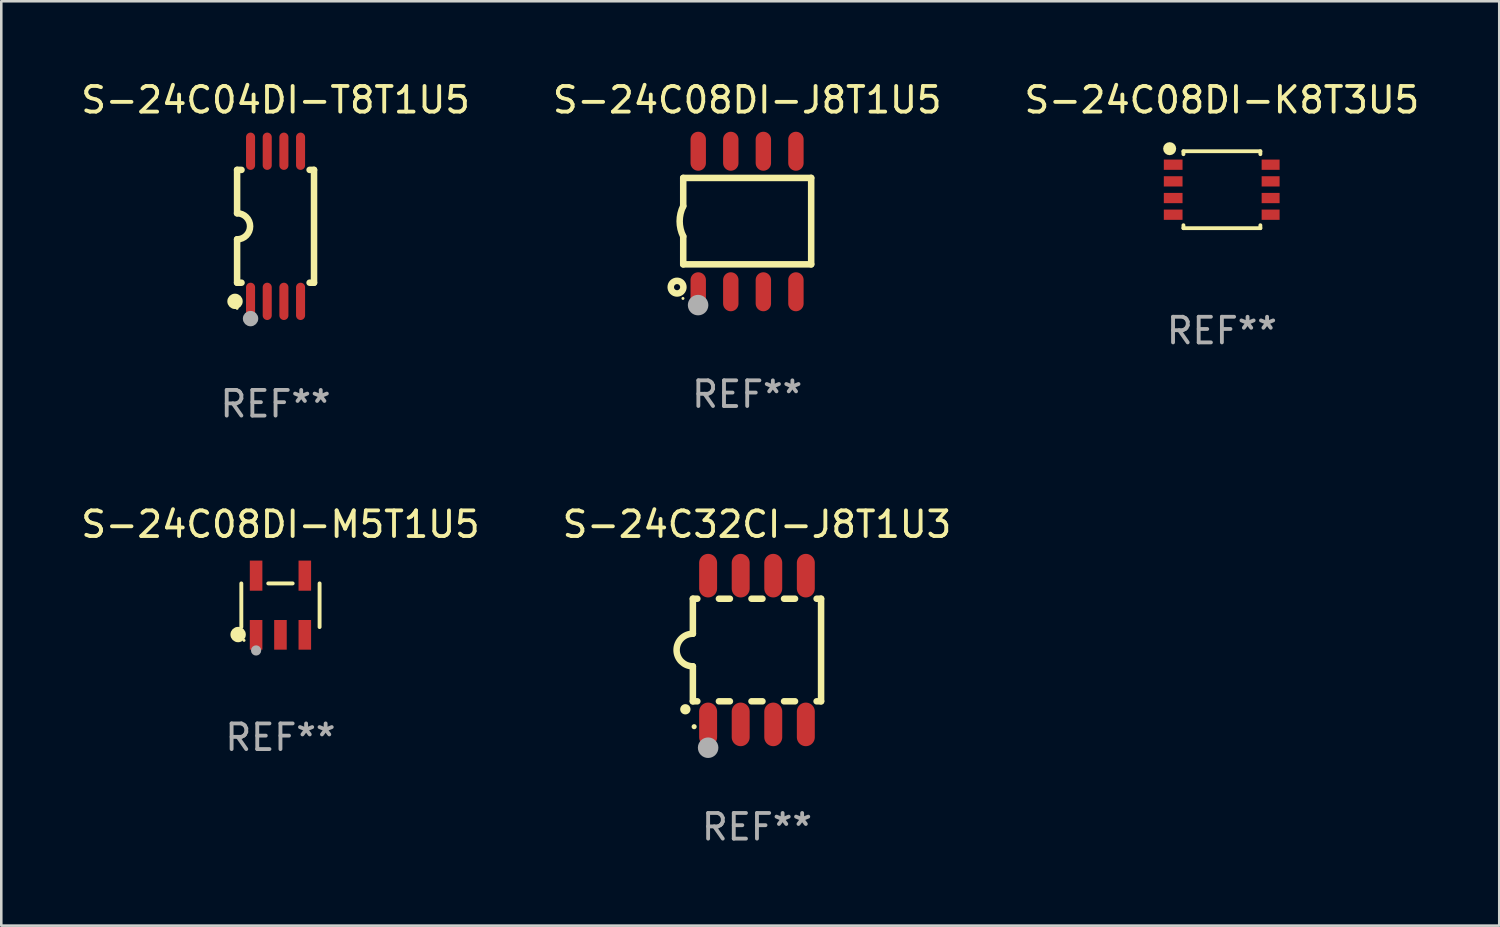
<source format=kicad_pcb>
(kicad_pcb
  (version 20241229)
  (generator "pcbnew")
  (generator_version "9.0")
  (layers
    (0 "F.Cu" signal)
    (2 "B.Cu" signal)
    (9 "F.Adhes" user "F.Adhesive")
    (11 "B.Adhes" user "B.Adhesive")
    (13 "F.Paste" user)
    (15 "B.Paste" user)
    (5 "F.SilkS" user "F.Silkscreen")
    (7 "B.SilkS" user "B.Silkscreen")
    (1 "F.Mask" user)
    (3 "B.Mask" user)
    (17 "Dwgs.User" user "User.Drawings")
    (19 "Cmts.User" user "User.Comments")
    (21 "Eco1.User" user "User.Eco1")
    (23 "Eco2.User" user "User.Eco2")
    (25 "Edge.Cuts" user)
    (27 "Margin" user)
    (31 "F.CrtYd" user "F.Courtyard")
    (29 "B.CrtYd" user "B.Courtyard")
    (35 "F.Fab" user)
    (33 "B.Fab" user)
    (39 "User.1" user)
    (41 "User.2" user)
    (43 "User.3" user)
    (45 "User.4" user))
  (footprint "S-24C04DI-T8T1U5"
    (layer "F.Cu")
    (at 7.696 5.775)
    (property "Reference" "S-24C04DI-T8T1U5" (at 0 -4.927 0) (layer "F.SilkS") (effects (font (size 1 1) (thickness 0.15))))
    (attr through_hole)
    (fp_line (start -1.5 -2.2) (end -1.5 -0.508) (stroke (width 0.254) (type solid)) (layer "F.SilkS"))
    (fp_line (start -1.5 -2.2) (end -1.328 -2.2) (stroke (width 0.254) (type solid)) (layer "F.SilkS"))
    (fp_line (start -1.5 2.2) (end -1.5 0.508) (stroke (width 0.254) (type solid)) (layer "F.SilkS"))
    (fp_line (start -1.5 2.2) (end -1.328 2.2) (stroke (width 0.254) (type solid)) (layer "F.SilkS"))
    (fp_line (start 1.328 -2.2) (end 1.5 -2.2) (stroke (width 0.254) (type solid)) (layer "F.SilkS"))
    (fp_line (start 1.328 2.2) (end 1.5 2.2) (stroke (width 0.254) (type solid)) (layer "F.SilkS"))
    (fp_line (start 1.5 -2.2) (end 1.5 2.2) (stroke (width 0.254) (type solid)) (layer "F.SilkS"))
    (fp_arc (start -1.501144 -0.508) (mid -0.993143 -0.000571) (end -1.5 0.508001) (stroke (width 0.254001) (type solid)) (layer "F.SilkS"))
    (fp_circle (center -1.581 2.927) (end -1.431 2.927) (stroke (width 0.3) (type solid)) (fill no) (layer "F.SilkS"))
    (fp_circle (center -1.5 3.2) (end -1.47 3.2) (stroke (width 0.06) (type solid)) (fill no) (layer "F.SilkS"))
    (fp_circle (center -0.975 3.6) (end -0.825 3.6) (stroke (width 0.3) (type solid)) (fill no) (layer "F.Fab"))
    (fp_text user "REF**" (at 0 6.927 0) (layer "F.Fab") (effects (font (size 1 1) (thickness 0.15))))
    (pad "1" smd oval (at -0.975 2.927) (size 0.353 1.454) (layers "F.Cu" "F.Mask" "F.Paste"))
    (pad "2" smd oval (at -0.325 2.927) (size 0.353 1.454) (layers "F.Cu" "F.Mask" "F.Paste"))
    (pad "3" smd oval (at 0.325 2.927) (size 0.353 1.454) (layers "F.Cu" "F.Mask" "F.Paste"))
    (pad "4" smd oval (at 0.975 2.927) (size 0.353 1.454) (layers "F.Cu" "F.Mask" "F.Paste"))
    (pad "5" smd oval (at 0.975 -2.927) (size 0.353 1.454) (layers "F.Cu" "F.Mask" "F.Paste"))
    (pad "6" smd oval (at 0.325 -2.927) (size 0.353 1.454) (layers "F.Cu" "F.Mask" "F.Paste"))
    (pad "7" smd oval (at -0.325 -2.927) (size 0.353 1.454) (layers "F.Cu" "F.Mask" "F.Paste"))
    (pad "8" smd oval (at -0.975 -2.927) (size 0.353 1.454) (layers "F.Cu" "F.Mask" "F.Paste")))
  (footprint "S-24C08DI-J8T1U5"
    (layer "F.Cu")
    (at 26.089 5.588)
    (property "Reference" "S-24C08DI-J8T1U5" (at 0 -4.74 0) (layer "F.SilkS") (effects (font (size 1 1) (thickness 0.15))))
    (attr through_hole)
    (fp_line (start -2.495 -1.7) (end 2.495 -1.7) (stroke (width 0.254) (type solid)) (layer "F.SilkS"))
    (fp_line (start -2.495 -0.6) (end -2.495 -1.7) (stroke (width 0.254) (type solid)) (layer "F.SilkS"))
    (fp_line (start -2.495 1.671) (end -2.495 0.58) (stroke (width 0.254) (type solid)) (layer "F.SilkS"))
    (fp_line (start 2.495 -1.7) (end 2.495 1.671) (stroke (width 0.254) (type solid)) (layer "F.SilkS"))
    (fp_line (start 2.495 1.671) (end -2.495 1.671) (stroke (width 0.254) (type solid)) (layer "F.SilkS"))
    (fp_arc (start -2.495009 0.58001) (mid -2.634112 -0.009995) (end -2.495009 -0.6) (stroke (width 0.254001) (type solid)) (layer "F.SilkS"))
    (fp_circle (center -2.735 2.56) (end -2.615 2.56) (stroke (width 0.254) (type solid)) (fill no) (layer "F.SilkS"))
    (fp_circle (center -2.505 3) (end -2.475 3) (stroke (width 0.06) (type solid)) (fill no) (layer "F.SilkS"))
    (fp_circle (center -1.915 3.26) (end -1.715 3.26) (stroke (width 0.4) (type solid)) (fill no) (layer "F.Fab"))
    (fp_text user "REF**" (at 0 6.74 0) (layer "F.Fab") (effects (font (size 1 1) (thickness 0.15))))
    (pad "1" smd oval (at -1.91 2.74) (size 0.6 1.52) (layers "F.Cu" "F.Mask" "F.Paste"))
    (pad "2" smd oval (at -0.64 2.74) (size 0.6 1.52) (layers "F.Cu" "F.Mask" "F.Paste"))
    (pad "3" smd oval (at 0.63 2.74) (size 0.6 1.52) (layers "F.Cu" "F.Mask" "F.Paste"))
    (pad "4" smd oval (at 1.9 2.74) (size 0.6 1.52) (layers "F.Cu" "F.Mask" "F.Paste"))
    (pad "5" smd oval (at 1.9 -2.74) (size 0.6 1.52) (layers "F.Cu" "F.Mask" "F.Paste"))
    (pad "6" smd oval (at 0.63 -2.74) (size 0.6 1.52) (layers "F.Cu" "F.Mask" "F.Paste"))
    (pad "7" smd oval (at -0.64 -2.74) (size 0.6 1.52) (layers "F.Cu" "F.Mask" "F.Paste"))
    (pad "8" smd oval (at -1.91 -2.74) (size 0.6 1.52) (layers "F.Cu" "F.Mask" "F.Paste")))
  (footprint "S-24C08DI-M5T1U5"
    (layer "F.Cu")
    (at 7.887 20.553)
    (property "Reference" "S-24C08DI-M5T1U5" (at 0 -3.154 0) (layer "F.SilkS") (effects (font (size 1 1) (thickness 0.15))))
    (attr through_hole)
    (fp_line (start -1.526 0.851) (end -1.526 -0.851) (stroke (width 0.152) (type solid)) (layer "F.SilkS"))
    (fp_line (start 0.476 -0.851) (end -0.476 -0.851) (stroke (width 0.152) (type solid)) (layer "F.SilkS"))
    (fp_line (start 1.526 0.851) (end 1.526 -0.851) (stroke (width 0.152) (type solid)) (layer "F.SilkS"))
    (fp_circle (center -1.651 1.143) (end -1.501 1.143) (stroke (width 0.3) (type solid)) (fill no) (layer "F.SilkS"))
    (fp_circle (center -1.42 1.37) (end -1.39 1.37) (stroke (width 0.06) (type solid)) (fill no) (layer "F.SilkS"))
    (fp_circle (center -0.95 1.763) (end -0.85 1.763) (stroke (width 0.2) (type solid)) (fill no) (layer "F.Fab"))
    (fp_text user "REF**" (at 0 5.154 0) (layer "F.Fab") (effects (font (size 1 1) (thickness 0.15))))
    (pad "1" smd rect (at -0.95 1.154) (size 0.49 1.157) (layers "F.Cu" "F.Mask" "F.Paste"))
    (pad "2" smd rect (at 0 1.154) (size 0.49 1.157) (layers "F.Cu" "F.Mask" "F.Paste"))
    (pad "3" smd rect (at 0.95 1.154) (size 0.49 1.157) (layers "F.Cu" "F.Mask" "F.Paste"))
    (pad "4" smd rect (at 0.95 -1.154) (size 0.49 1.175) (layers "F.Cu" "F.Mask" "F.Paste"))
    (pad "5" smd rect (at -0.95 -1.154) (size 0.49 1.175) (layers "F.Cu" "F.Mask" "F.Paste")))
  (footprint "S-24C32CI-J8T1U3"
    (layer "F.Cu")
    (at 26.47 22.299)
    (property "Reference" "S-24C32CI-J8T1U3" (at 0 -4.9 0) (layer "F.SilkS") (effects (font (size 1 1) (thickness 0.15))))
    (attr through_hole)
    (fp_line (start -2.5 -2) (end -2.5 -0.635) (stroke (width 0.254) (type solid)) (layer "F.SilkS"))
    (fp_line (start -2.5 -2) (end -2.326 -2) (stroke (width 0.254) (type solid)) (layer "F.SilkS"))
    (fp_line (start -2.5 2) (end -2.5 0.635) (stroke (width 0.254) (type solid)) (layer "F.SilkS"))
    (fp_line (start -2.5 2) (end -2.326 2) (stroke (width 0.254) (type solid)) (layer "F.SilkS"))
    (fp_line (start -1.484 -2) (end -1.056 -2) (stroke (width 0.254) (type solid)) (layer "F.SilkS"))
    (fp_line (start -1.484 2) (end -1.056 2) (stroke (width 0.254) (type solid)) (layer "F.SilkS"))
    (fp_line (start -0.214 -2) (end 0.214 -2) (stroke (width 0.254) (type solid)) (layer "F.SilkS"))
    (fp_line (start -0.214 2) (end 0.214 2) (stroke (width 0.254) (type solid)) (layer "F.SilkS"))
    (fp_line (start 1.056 -2) (end 1.484 -2) (stroke (width 0.254) (type solid)) (layer "F.SilkS"))
    (fp_line (start 1.056 2) (end 1.484 2) (stroke (width 0.254) (type solid)) (layer "F.SilkS"))
    (fp_line (start 2.326 -2) (end 2.5 -2) (stroke (width 0.254) (type solid)) (layer "F.SilkS"))
    (fp_line (start 2.326 2) (end 2.5 2) (stroke (width 0.254) (type solid)) (layer "F.SilkS"))
    (fp_line (start 2.5 -2) (end 2.5 2) (stroke (width 0.254) (type solid)) (layer "F.SilkS"))
    (fp_arc (start -2.794006 2.311405) (mid -2.792736 2.311401) (end -2.791466 2.311405) (stroke (width 0.4) (type solid)) (layer "F.SilkS"))
    (fp_arc (start -2.5 0.635001) (mid -3.134366 -0.000318) (end -2.499365 -0.635001) (stroke (width 0.254001) (type solid)) (layer "F.SilkS"))
    (fp_circle (center -2.45 2.99) (end -2.4 2.99) (stroke (width 0.1) (type solid)) (fill no) (layer "F.SilkS"))
    (fp_circle (center -1.905 3.81) (end -1.705 3.81) (stroke (width 0.4) (type solid)) (fill no) (layer "F.Fab"))
    (fp_text user "REF**" (at 0 6.9 0) (layer "F.Fab") (effects (font (size 1 1) (thickness 0.15))))
    (pad "1" smd oval (at -1.905 2.9 180) (size 0.7 1.7) (layers "F.Cu" "F.Mask" "F.Paste"))
    (pad "2" smd oval (at -0.635 2.9 180) (size 0.7 1.7) (layers "F.Cu" "F.Mask" "F.Paste"))
    (pad "3" smd oval (at 0.635 2.9 180) (size 0.7 1.7) (layers "F.Cu" "F.Mask" "F.Paste"))
    (pad "4" smd oval (at 1.905 2.9 180) (size 0.7 1.7) (layers "F.Cu" "F.Mask" "F.Paste"))
    (pad "5" smd oval (at 1.905 -2.9 180) (size 0.7 1.7) (layers "F.Cu" "F.Mask" "F.Paste"))
    (pad "6" smd oval (at 0.635 -2.9 180) (size 0.7 1.7) (layers "F.Cu" "F.Mask" "F.Paste"))
    (pad "7" smd oval (at -0.635 -2.9 180) (size 0.7 1.7) (layers "F.Cu" "F.Mask" "F.Paste"))
    (pad "8" smd oval (at -1.905 -2.9 180) (size 0.7 1.7) (layers "F.Cu" "F.Mask" "F.Paste")))
  (footprint "S-24C08DI-K8T3U5"
    (layer "F.Cu")
    (at 44.601 4.348)
    (property "Reference" "S-24C08DI-K8T3U5" (at 0 -3.5 0) (layer "F.SilkS") (effects (font (size 1 1) (thickness 0.15))))
    (attr through_hole)
    (fp_line (start -1.5 -1.5) (end 1.5 -1.5) (stroke (width 0.15) (type solid)) (layer "F.SilkS"))
    (fp_line (start -1.5 -1.385) (end -1.5 -1.5) (stroke (width 0.15) (type solid)) (layer "F.SilkS"))
    (fp_line (start -1.5 1.5) (end -1.5 1.385) (stroke (width 0.15) (type solid)) (layer "F.SilkS"))
    (fp_line (start 1.5 -1.5) (end 1.5 -1.385) (stroke (width 0.15) (type solid)) (layer "F.SilkS"))
    (fp_line (start 1.5 1.385) (end 1.5 1.5) (stroke (width 0.15) (type solid)) (layer "F.SilkS"))
    (fp_line (start 1.5 1.5) (end -1.5 1.5) (stroke (width 0.15) (type solid)) (layer "F.SilkS"))
    (fp_circle (center -2.037 -1.6) (end -1.91 -1.6) (stroke (width 0.254) (type solid)) (fill no) (layer "F.SilkS"))
    (fp_text user "REF**" (at 0 5.5 0) (layer "F.Fab") (effects (font (size 1 1) (thickness 0.15))))
    (pad "1" smd rect (at -1.9 -0.975 180) (size 0.73 0.4) (layers "F.Cu" "F.Mask" "F.Paste"))
    (pad "2" smd rect (at -1.9 -0.325 180) (size 0.73 0.4) (layers "F.Cu" "F.Mask" "F.Paste"))
    (pad "3" smd rect (at -1.9 0.325 180) (size 0.73 0.4) (layers "F.Cu" "F.Mask" "F.Paste"))
    (pad "4" smd rect (at -1.9 0.975 180) (size 0.73 0.4) (layers "F.Cu" "F.Mask" "F.Paste"))
    (pad "5" smd rect (at 1.9 0.975 180) (size 0.7 0.4) (layers "F.Cu" "F.Mask" "F.Paste"))
    (pad "6" smd rect (at 1.9 0.325 180) (size 0.7 0.4) (layers "F.Cu" "F.Mask" "F.Paste"))
    (pad "7" smd rect (at 1.9 -0.325 180) (size 0.7 0.4) (layers "F.Cu" "F.Mask" "F.Paste"))
    (pad "8" smd rect (at 1.9 -0.975 180) (size 0.7 0.4) (layers "F.Cu" "F.Mask" "F.Paste")))
  (gr_rect
    (start -3 -3)
    (end 55.417 33.047)
    (stroke (width 0.1) (type default))
    (fill no)
    (layer "Edge.Cuts")))
</source>
